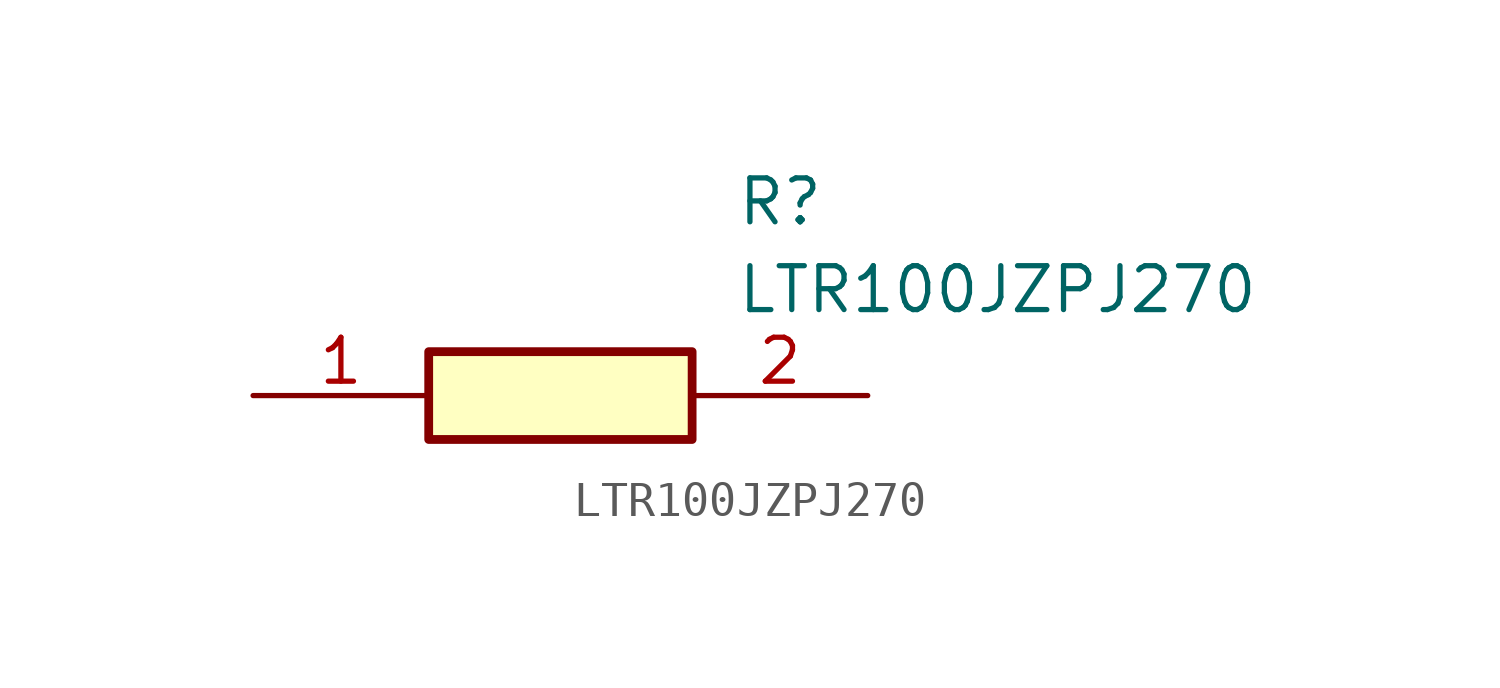
<source format=kicad_sym>
(kicad_symbol_lib
  (version 20211014)
  (generator SamacSys_ECAD_Model)
  (symbol "LTR100JZPJ270"
    (pin_names hide)
    (property "Reference" "R"
      (at 13.97 6.35 0)
      (effects (font (size 1.27 1.27)) (justify left top)))
    (property "Value" "LTR100JZPJ270"
      (at 13.97 3.81 0)
      (effects (font (size 1.27 1.27)) (justify left top)))
    (rectangle
      (start 5.08 1.27)
      (end 12.7 -1.27)
      (stroke (width 0.254) (type default))
      (fill (type background)))
    (pin passive line
      (at 0 0 0)
      (length 5.08)
      (name "1" (effects (font (size 1.27 1.27))))
      (number "1" (effects (font (size 1.27 1.27)))))
    (pin passive line
      (at 17.78 0 180)
      (length 5.08)
      (name "2" (effects (font (size 1.27 1.27))))
      (number "2" (effects (font (size 1.27 1.27)))))))
</source>
